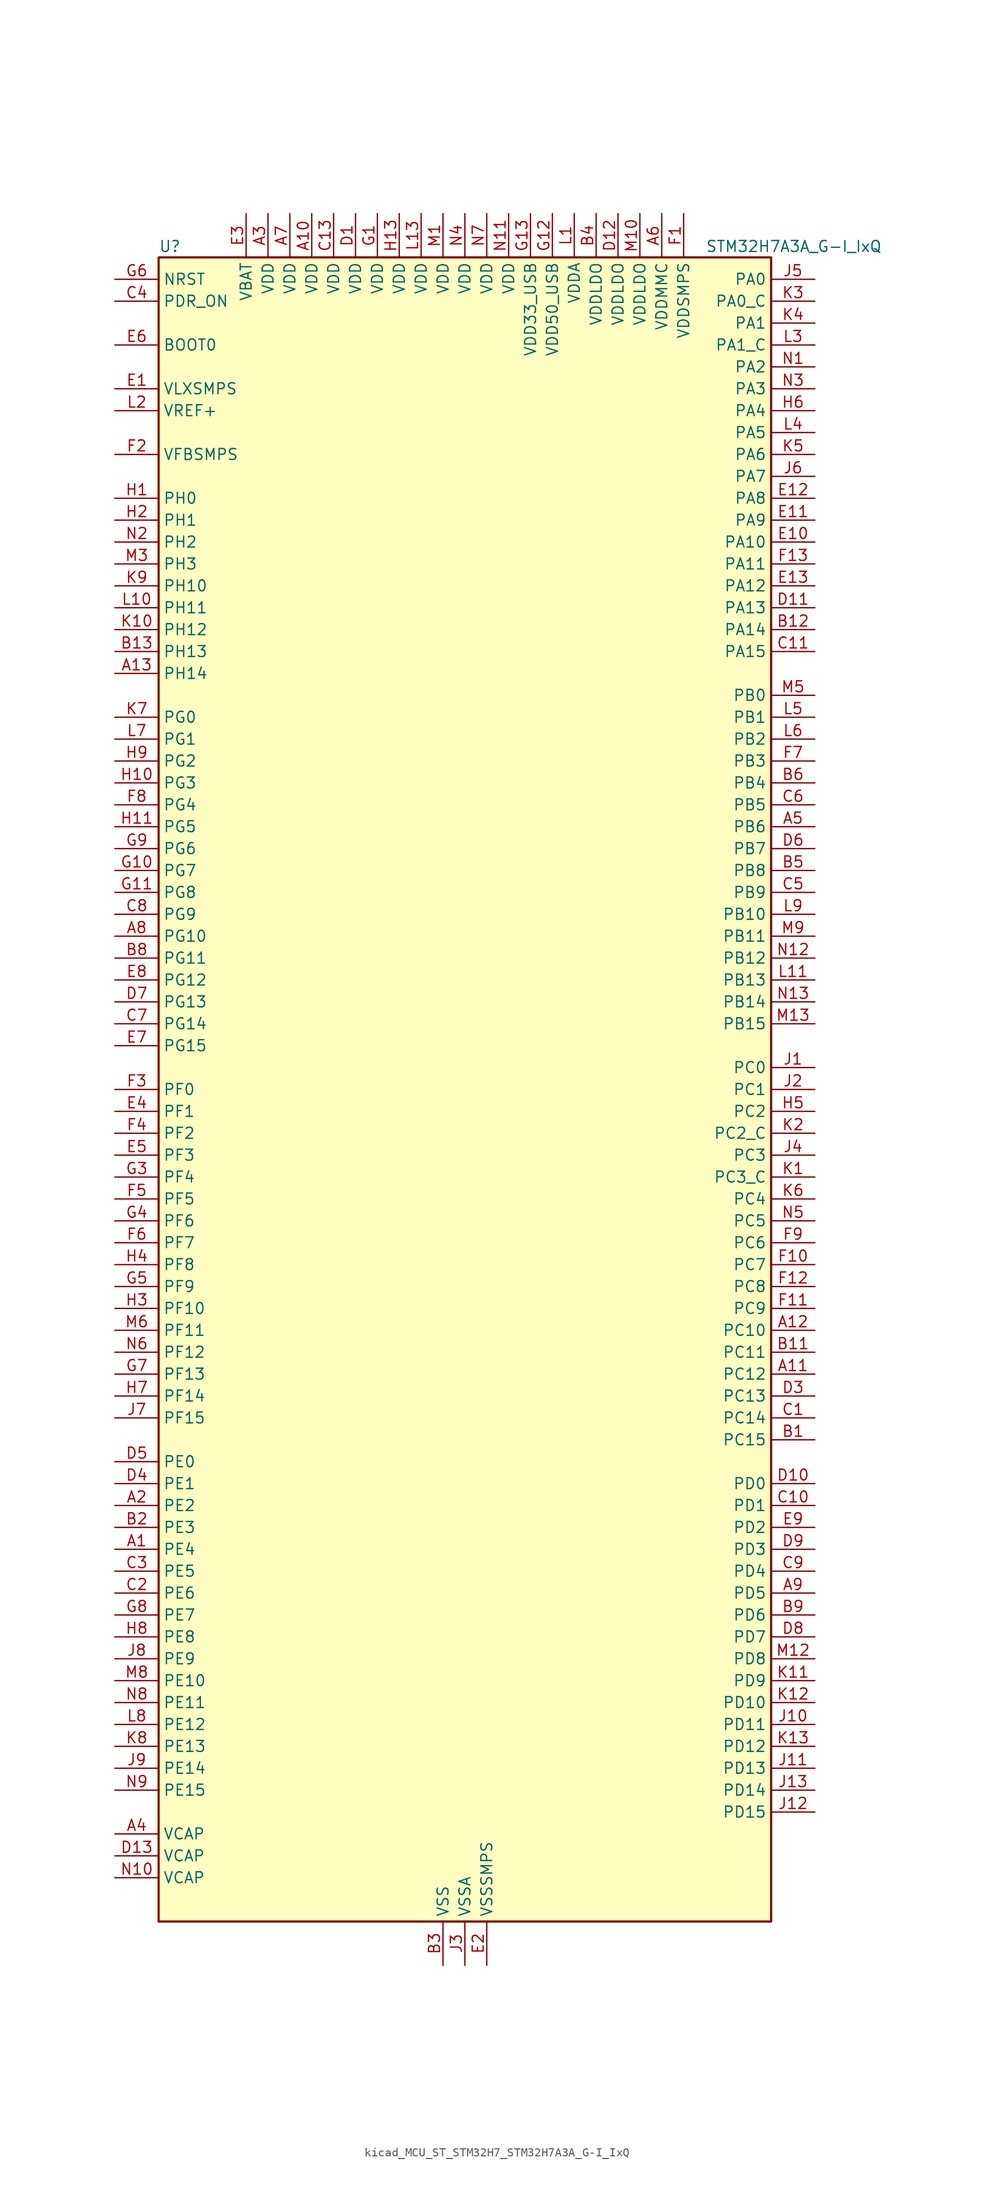
<source format=kicad_sym>
(kicad_symbol_lib
  (version 20220914)
  (generator kicad_symbol_editor)
  (symbol "kicad_MCU_ST_STM32H7_STM32H7A3A_G-I_IxQ"
    (property "Reference" "U"
      (at -35.56 97.79 0)
      (effects (font (size 1.27 1.27)) (justify left)))
    (property "Value" "STM32H7A3A_G-I_IxQ"
      (at 27.94 97.79 0)
      (effects (font (size 1.27 1.27)) (justify left)))
    (property "ki_locked" ""
      (at 0 0 0)
      (effects (font (size 1.27 1.27))))
    (symbol "kicad_MCU_ST_STM32H7_STM32H7A3A_G-I_IxQ_0_1"
      (rectangle (start -35.56 -96.52) (end 35.56 96.52) (stroke (width 0.254) (type default)) (fill (type background))))
    (symbol "kicad_MCU_ST_STM32H7_STM32H7A3A_G-I_IxQ_1_1"
      (pin bidirectional line (at -40.64 -53.34 0) (length 5.08) (name "PE4" (effects (font (size 1.27 1.27)))) (number "A1" (effects (font (size 1.27 1.27)))) (alternate "DCMI_D4" bidirectional line) (alternate "DEBUG_TRACED1" bidirectional line) (alternate "DFSDM1_DATIN3" bidirectional line) (alternate "FMC_A20" bidirectional line) (alternate "LTDC_B0" bidirectional line) (alternate "PSSI_D4" bidirectional line) (alternate "SAI1_D2" bidirectional line) (alternate "SAI1_FS_A" bidirectional line) (alternate "SPI4_NSS" bidirectional line) (alternate "TIM15_CH1N" bidirectional line))
      (pin power_in line (at -17.78 101.6 270) (length 5.08) (name "VDD" (effects (font (size 1.27 1.27)))) (number "A10" (effects (font (size 1.27 1.27)))))
      (pin bidirectional line (at 40.64 -33.02 180) (length 5.08) (name "PC12" (effects (font (size 1.27 1.27)))) (number "A11" (effects (font (size 1.27 1.27)))) (alternate "DCMI_D9" bidirectional line) (alternate "DEBUG_TRACED3" bidirectional line) (alternate "DFSDM2_CKOUT" bidirectional line) (alternate "I2S3_SDO" bidirectional line) (alternate "I2S6_CK" bidirectional line) (alternate "LTDC_R6" bidirectional line) (alternate "PSSI_D9" bidirectional line) (alternate "SDMMC1_CK" bidirectional line) (alternate "SPI3_MOSI" bidirectional line) (alternate "SPI6_SCK" bidirectional line) (alternate "TIM15_CH1" bidirectional line) (alternate "UART5_TX" bidirectional line) (alternate "USART3_CK" bidirectional line))
      (pin bidirectional line (at 40.64 -27.94 180) (length 5.08) (name "PC10" (effects (font (size 1.27 1.27)))) (number "A12" (effects (font (size 1.27 1.27)))) (alternate "DCMI_D8" bidirectional line) (alternate "DFSDM1_CKIN5" bidirectional line) (alternate "DFSDM2_CKIN0" bidirectional line) (alternate "I2S3_CK" bidirectional line) (alternate "LTDC_B1" bidirectional line) (alternate "LTDC_R2" bidirectional line) (alternate "OCTOSPIM_P1_IO1" bidirectional line) (alternate "PSSI_D8" bidirectional line) (alternate "SDMMC1_D2" bidirectional line) (alternate "SPI3_SCK" bidirectional line) (alternate "SWPMI1_RX" bidirectional line) (alternate "UART4_TX" bidirectional line) (alternate "USART3_TX" bidirectional line))
      (pin bidirectional line (at -40.64 48.26 0) (length 5.08) (name "PH14" (effects (font (size 1.27 1.27)))) (number "A13" (effects (font (size 1.27 1.27)))) (alternate "DCMI_D4" bidirectional line) (alternate "FDCAN1_RX" bidirectional line) (alternate "FMC_D22" bidirectional line) (alternate "LTDC_G3" bidirectional line) (alternate "PSSI_D4" bidirectional line) (alternate "TIM8_CH2N" bidirectional line) (alternate "UART4_RX" bidirectional line))
      (pin bidirectional line (at -40.64 -48.26 0) (length 5.08) (name "PE2" (effects (font (size 1.27 1.27)))) (number "A2" (effects (font (size 1.27 1.27)))) (alternate "DEBUG_TRACECLK" bidirectional line) (alternate "FMC_A23" bidirectional line) (alternate "OCTOSPIM_P1_IO2" bidirectional line) (alternate "SAI1_CK1" bidirectional line) (alternate "SAI1_MCLK_A" bidirectional line) (alternate "SPI4_SCK" bidirectional line) (alternate "USART10_RX" bidirectional line))
      (pin power_in line (at -22.86 101.6 270) (length 5.08) (name "VDD" (effects (font (size 1.27 1.27)))) (number "A3" (effects (font (size 1.27 1.27)))))
      (pin power_out line (at -40.64 -86.36 0) (length 5.08) (name "VCAP" (effects (font (size 1.27 1.27)))) (number "A4" (effects (font (size 1.27 1.27)))))
      (pin bidirectional line (at 40.64 30.48 180) (length 5.08) (name "PB6" (effects (font (size 1.27 1.27)))) (number "A5" (effects (font (size 1.27 1.27)))) (alternate "CEC" bidirectional line) (alternate "DCMI_D5" bidirectional line) (alternate "DFSDM1_DATIN5" bidirectional line) (alternate "FDCAN2_TX" bidirectional line) (alternate "FMC_SDNE1" bidirectional line) (alternate "I2C1_SCL" bidirectional line) (alternate "I2C4_SCL" bidirectional line) (alternate "LPUART1_TX" bidirectional line) (alternate "OCTOSPIM_P1_NCS" bidirectional line) (alternate "PSSI_D5" bidirectional line) (alternate "TIM16_CH1N" bidirectional line) (alternate "TIM4_CH1" bidirectional line) (alternate "UART5_TX" bidirectional line) (alternate "USART1_TX" bidirectional line))
      (pin power_in line (at 22.86 101.6 270) (length 5.08) (name "VDDMMC" (effects (font (size 1.27 1.27)))) (number "A6" (effects (font (size 1.27 1.27)))))
      (pin power_in line (at -20.32 101.6 270) (length 5.08) (name "VDD" (effects (font (size 1.27 1.27)))) (number "A7" (effects (font (size 1.27 1.27)))))
      (pin bidirectional line (at -40.64 17.78 0) (length 5.08) (name "PG10" (effects (font (size 1.27 1.27)))) (number "A8" (effects (font (size 1.27 1.27)))) (alternate "DCMI_D2" bidirectional line) (alternate "FMC_NE3" bidirectional line) (alternate "I2S1_WS" bidirectional line) (alternate "LTDC_B2" bidirectional line) (alternate "LTDC_G3" bidirectional line) (alternate "OCTOSPIM_P2_IO6" bidirectional line) (alternate "PSSI_D2" bidirectional line) (alternate "SAI2_SD_B" bidirectional line) (alternate "SDMMC2_D1" bidirectional line) (alternate "SPI1_NSS" bidirectional line))
      (pin bidirectional line (at 40.64 -58.42 180) (length 5.08) (name "PD5" (effects (font (size 1.27 1.27)))) (number "A9" (effects (font (size 1.27 1.27)))) (alternate "FMC_NWE" bidirectional line) (alternate "OCTOSPIM_P1_IO5" bidirectional line) (alternate "USART2_TX" bidirectional line))
      (pin bidirectional line (at 40.64 -40.64 180) (length 5.08) (name "PC15" (effects (font (size 1.27 1.27)))) (number "B1" (effects (font (size 1.27 1.27)))) (alternate "ADC1_EXTI15" bidirectional line) (alternate "ADC2_EXTI15" bidirectional line) (alternate "RCC_OSC32_OUT" bidirectional line))
      (pin passive line (at -2.54 -101.6 90) (length 5.08) hide (name "VSS" (effects (font (size 1.27 1.27)))) (number "B10" (effects (font (size 1.27 1.27)))))
      (pin bidirectional line (at 40.64 -30.48 180) (length 5.08) (name "PC11" (effects (font (size 1.27 1.27)))) (number "B11" (effects (font (size 1.27 1.27)))) (alternate "ADC1_EXTI11" bidirectional line) (alternate "ADC2_EXTI11" bidirectional line) (alternate "DCMI_D4" bidirectional line) (alternate "DFSDM1_DATIN5" bidirectional line) (alternate "DFSDM2_DATIN0" bidirectional line) (alternate "I2S3_SDI" bidirectional line) (alternate "LTDC_B4" bidirectional line) (alternate "OCTOSPIM_P1_NCS" bidirectional line) (alternate "PSSI_D4" bidirectional line) (alternate "SDMMC1_D3" bidirectional line) (alternate "SPI3_MISO" bidirectional line) (alternate "UART4_RX" bidirectional line) (alternate "USART3_RX" bidirectional line))
      (pin bidirectional line (at 40.64 53.34 180) (length 5.08) (name "PA14" (effects (font (size 1.27 1.27)))) (number "B12" (effects (font (size 1.27 1.27)))) (alternate "DEBUG_JTCK-SWCLK" bidirectional line))
      (pin bidirectional line (at -40.64 50.8 0) (length 5.08) (name "PH13" (effects (font (size 1.27 1.27)))) (number "B13" (effects (font (size 1.27 1.27)))) (alternate "FDCAN1_TX" bidirectional line) (alternate "FMC_D21" bidirectional line) (alternate "LTDC_G2" bidirectional line) (alternate "TIM8_CH1N" bidirectional line) (alternate "UART4_TX" bidirectional line))
      (pin bidirectional line (at -40.64 -50.8 0) (length 5.08) (name "PE3" (effects (font (size 1.27 1.27)))) (number "B2" (effects (font (size 1.27 1.27)))) (alternate "DEBUG_TRACED0" bidirectional line) (alternate "FMC_A19" bidirectional line) (alternate "SAI1_SD_B" bidirectional line) (alternate "TIM15_BKIN" bidirectional line) (alternate "USART10_TX" bidirectional line))
      (pin power_in line (at -2.54 -101.6 90) (length 5.08) (name "VSS" (effects (font (size 1.27 1.27)))) (number "B3" (effects (font (size 1.27 1.27)))))
      (pin power_in line (at 15.24 101.6 270) (length 5.08) (name "VDDLDO" (effects (font (size 1.27 1.27)))) (number "B4" (effects (font (size 1.27 1.27)))))
      (pin bidirectional line (at 40.64 25.4 180) (length 5.08) (name "PB8" (effects (font (size 1.27 1.27)))) (number "B5" (effects (font (size 1.27 1.27)))) (alternate "DCMI_D6" bidirectional line) (alternate "DFSDM1_CKIN7" bidirectional line) (alternate "FDCAN1_RX" bidirectional line) (alternate "I2C1_SCL" bidirectional line) (alternate "I2C4_SCL" bidirectional line) (alternate "LTDC_B6" bidirectional line) (alternate "PSSI_D6" bidirectional line) (alternate "SDMMC1_CKIN" bidirectional line) (alternate "SDMMC1_D4" bidirectional line) (alternate "SDMMC2_D4" bidirectional line) (alternate "TIM16_CH1" bidirectional line) (alternate "TIM4_CH3" bidirectional line) (alternate "UART4_RX" bidirectional line))
      (pin bidirectional line (at 40.64 35.56 180) (length 5.08) (name "PB4" (effects (font (size 1.27 1.27)))) (number "B6" (effects (font (size 1.27 1.27)))) (alternate "DEBUG_JTRST" bidirectional line) (alternate "I2S1_SDI" bidirectional line) (alternate "I2S2_WS" bidirectional line) (alternate "I2S3_SDI" bidirectional line) (alternate "I2S6_SDI" bidirectional line) (alternate "SDMMC2_D3" bidirectional line) (alternate "SPI1_MISO" bidirectional line) (alternate "SPI2_NSS" bidirectional line) (alternate "SPI3_MISO" bidirectional line) (alternate "SPI6_MISO" bidirectional line) (alternate "TIM16_BKIN" bidirectional line) (alternate "TIM3_CH1" bidirectional line) (alternate "UART7_TX" bidirectional line))
      (pin passive line (at -2.54 -101.6 90) (length 5.08) hide (name "VSS" (effects (font (size 1.27 1.27)))) (number "B7" (effects (font (size 1.27 1.27)))))
      (pin bidirectional line (at -40.64 15.24 0) (length 5.08) (name "PG11" (effects (font (size 1.27 1.27)))) (number "B8" (effects (font (size 1.27 1.27)))) (alternate "ADC1_EXTI11" bidirectional line) (alternate "ADC2_EXTI11" bidirectional line) (alternate "DCMI_D3" bidirectional line) (alternate "I2S1_CK" bidirectional line) (alternate "LPTIM1_IN2" bidirectional line) (alternate "LTDC_B3" bidirectional line) (alternate "OCTOSPIM_P2_IO7" bidirectional line) (alternate "PSSI_D3" bidirectional line) (alternate "SDMMC2_D2" bidirectional line) (alternate "SPDIFRX_IN0" bidirectional line) (alternate "SPI1_SCK" bidirectional line) (alternate "USART10_RX" bidirectional line))
      (pin bidirectional line (at 40.64 -60.96 180) (length 5.08) (name "PD6" (effects (font (size 1.27 1.27)))) (number "B9" (effects (font (size 1.27 1.27)))) (alternate "DCMI_D10" bidirectional line) (alternate "DFSDM1_CKIN4" bidirectional line) (alternate "DFSDM1_DATIN1" bidirectional line) (alternate "FMC_NWAIT" bidirectional line) (alternate "I2S3_SDO" bidirectional line) (alternate "LTDC_B2" bidirectional line) (alternate "OCTOSPIM_P1_IO6" bidirectional line) (alternate "PSSI_D10" bidirectional line) (alternate "SAI1_D1" bidirectional line) (alternate "SAI1_SD_A" bidirectional line) (alternate "SDMMC2_CK" bidirectional line) (alternate "SPI3_MOSI" bidirectional line) (alternate "USART2_RX" bidirectional line))
      (pin bidirectional line (at 40.64 -38.1 180) (length 5.08) (name "PC14" (effects (font (size 1.27 1.27)))) (number "C1" (effects (font (size 1.27 1.27)))) (alternate "RCC_OSC32_IN" bidirectional line))
      (pin bidirectional line (at 40.64 -48.26 180) (length 5.08) (name "PD1" (effects (font (size 1.27 1.27)))) (number "C10" (effects (font (size 1.27 1.27)))) (alternate "DFSDM1_DATIN6" bidirectional line) (alternate "FDCAN1_TX" bidirectional line) (alternate "FMC_D3" bidirectional line) (alternate "FMC_DA3" bidirectional line) (alternate "UART4_TX" bidirectional line))
      (pin bidirectional line (at 40.64 50.8 180) (length 5.08) (name "PA15" (effects (font (size 1.27 1.27)))) (number "C11" (effects (font (size 1.27 1.27)))) (alternate "ADC1_EXTI15" bidirectional line) (alternate "ADC2_EXTI15" bidirectional line) (alternate "CEC" bidirectional line) (alternate "DEBUG_JTDI" bidirectional line) (alternate "I2S1_WS" bidirectional line) (alternate "I2S3_WS" bidirectional line) (alternate "I2S6_WS" bidirectional line) (alternate "LTDC_B6" bidirectional line) (alternate "LTDC_R3" bidirectional line) (alternate "SPI1_NSS" bidirectional line) (alternate "SPI3_NSS" bidirectional line) (alternate "SPI6_NSS" bidirectional line) (alternate "TIM2_CH1" bidirectional line) (alternate "TIM2_ETR" bidirectional line) (alternate "UART4_DE" bidirectional line) (alternate "UART4_RTS" bidirectional line) (alternate "UART7_TX" bidirectional line))
      (pin passive line (at -2.54 -101.6 90) (length 5.08) hide (name "VSS" (effects (font (size 1.27 1.27)))) (number "C12" (effects (font (size 1.27 1.27)))))
      (pin power_in line (at -15.24 101.6 270) (length 5.08) (name "VDD" (effects (font (size 1.27 1.27)))) (number "C13" (effects (font (size 1.27 1.27)))))
      (pin bidirectional line (at -40.64 -58.42 0) (length 5.08) (name "PE6" (effects (font (size 1.27 1.27)))) (number "C2" (effects (font (size 1.27 1.27)))) (alternate "DCMI_D7" bidirectional line) (alternate "DEBUG_TRACED3" bidirectional line) (alternate "FMC_A22" bidirectional line) (alternate "LTDC_G1" bidirectional line) (alternate "PSSI_D7" bidirectional line) (alternate "SAI1_D1" bidirectional line) (alternate "SAI1_SD_A" bidirectional line) (alternate "SAI2_MCLK_B" bidirectional line) (alternate "SPI4_MOSI" bidirectional line) (alternate "TIM15_CH2" bidirectional line) (alternate "TIM1_BKIN2" bidirectional line) (alternate "TIM1_BKIN2_COMP1" bidirectional line) (alternate "TIM1_BKIN2_COMP2" bidirectional line))
      (pin bidirectional line (at -40.64 -55.88 0) (length 5.08) (name "PE5" (effects (font (size 1.27 1.27)))) (number "C3" (effects (font (size 1.27 1.27)))) (alternate "DCMI_D6" bidirectional line) (alternate "DEBUG_TRACED2" bidirectional line) (alternate "DFSDM1_CKIN3" bidirectional line) (alternate "FMC_A21" bidirectional line) (alternate "LTDC_G0" bidirectional line) (alternate "PSSI_D6" bidirectional line) (alternate "SAI1_CK2" bidirectional line) (alternate "SAI1_SCK_A" bidirectional line) (alternate "SPI4_MISO" bidirectional line) (alternate "TIM15_CH1" bidirectional line))
      (pin input line (at -40.64 91.44 0) (length 5.08) (name "PDR_ON" (effects (font (size 1.27 1.27)))) (number "C4" (effects (font (size 1.27 1.27)))))
      (pin bidirectional line (at 40.64 22.86 180) (length 5.08) (name "PB9" (effects (font (size 1.27 1.27)))) (number "C5" (effects (font (size 1.27 1.27)))) (alternate "DAC1_EXTI9" bidirectional line) (alternate "DCMI_D7" bidirectional line) (alternate "DFSDM1_DATIN7" bidirectional line) (alternate "FDCAN1_TX" bidirectional line) (alternate "I2C1_SDA" bidirectional line) (alternate "I2C4_SDA" bidirectional line) (alternate "I2C4_SMBA" bidirectional line) (alternate "I2S2_WS" bidirectional line) (alternate "LTDC_B7" bidirectional line) (alternate "PSSI_D7" bidirectional line) (alternate "SDMMC1_CDIR" bidirectional line) (alternate "SDMMC1_D5" bidirectional line) (alternate "SDMMC2_D5" bidirectional line) (alternate "SPI2_NSS" bidirectional line) (alternate "TIM17_CH1" bidirectional line) (alternate "TIM4_CH4" bidirectional line) (alternate "UART4_TX" bidirectional line))
      (pin bidirectional line (at 40.64 33.02 180) (length 5.08) (name "PB5" (effects (font (size 1.27 1.27)))) (number "C6" (effects (font (size 1.27 1.27)))) (alternate "DCMI_D10" bidirectional line) (alternate "FDCAN2_RX" bidirectional line) (alternate "FMC_SDCKE1" bidirectional line) (alternate "I2C1_SMBA" bidirectional line) (alternate "I2C4_SMBA" bidirectional line) (alternate "I2S1_SDO" bidirectional line) (alternate "I2S3_SDO" bidirectional line) (alternate "I2S6_SDO" bidirectional line) (alternate "LTDC_B5" bidirectional line) (alternate "PSSI_D10" bidirectional line) (alternate "SPI1_MOSI" bidirectional line) (alternate "SPI3_MOSI" bidirectional line) (alternate "SPI6_MOSI" bidirectional line) (alternate "TIM17_BKIN" bidirectional line) (alternate "TIM3_CH2" bidirectional line) (alternate "UART5_RX" bidirectional line) (alternate "USB_OTG_HS_ULPI_D7" bidirectional line))
      (pin bidirectional line (at -40.64 7.62 0) (length 5.08) (name "PG14" (effects (font (size 1.27 1.27)))) (number "C7" (effects (font (size 1.27 1.27)))) (alternate "DEBUG_TRACED1" bidirectional line) (alternate "FMC_A25" bidirectional line) (alternate "I2S6_SDO" bidirectional line) (alternate "LPTIM1_ETR" bidirectional line) (alternate "LTDC_B0" bidirectional line) (alternate "OCTOSPIM_P1_IO7" bidirectional line) (alternate "SDMMC2_D7" bidirectional line) (alternate "SPI6_MOSI" bidirectional line) (alternate "USART10_DE" bidirectional line) (alternate "USART10_RTS" bidirectional line) (alternate "USART6_TX" bidirectional line))
      (pin bidirectional line (at -40.64 20.32 0) (length 5.08) (name "PG9" (effects (font (size 1.27 1.27)))) (number "C8" (effects (font (size 1.27 1.27)))) (alternate "DAC1_EXTI9" bidirectional line) (alternate "DCMI_VSYNC" bidirectional line) (alternate "FMC_NCE" bidirectional line) (alternate "FMC_NE2" bidirectional line) (alternate "I2S1_SDI" bidirectional line) (alternate "OCTOSPIM_P1_IO6" bidirectional line) (alternate "PSSI_RDY" bidirectional line) (alternate "SAI2_FS_B" bidirectional line) (alternate "SDMMC2_D0" bidirectional line) (alternate "SPDIFRX_IN3" bidirectional line) (alternate "SPI1_MISO" bidirectional line) (alternate "USART6_RX" bidirectional line))
      (pin bidirectional line (at 40.64 -55.88 180) (length 5.08) (name "PD4" (effects (font (size 1.27 1.27)))) (number "C9" (effects (font (size 1.27 1.27)))) (alternate "FMC_NOE" bidirectional line) (alternate "OCTOSPIM_P1_IO4" bidirectional line) (alternate "USART2_DE" bidirectional line) (alternate "USART2_RTS" bidirectional line))
      (pin power_in line (at -12.7 101.6 270) (length 5.08) (name "VDD" (effects (font (size 1.27 1.27)))) (number "D1" (effects (font (size 1.27 1.27)))))
      (pin bidirectional line (at 40.64 -45.72 180) (length 5.08) (name "PD0" (effects (font (size 1.27 1.27)))) (number "D10" (effects (font (size 1.27 1.27)))) (alternate "DFSDM1_CKIN6" bidirectional line) (alternate "FDCAN1_RX" bidirectional line) (alternate "FMC_D2" bidirectional line) (alternate "FMC_DA2" bidirectional line) (alternate "LTDC_B1" bidirectional line) (alternate "UART4_RX" bidirectional line) (alternate "UART9_CTS" bidirectional line))
      (pin bidirectional line (at 40.64 55.88 180) (length 5.08) (name "PA13" (effects (font (size 1.27 1.27)))) (number "D11" (effects (font (size 1.27 1.27)))) (alternate "DEBUG_JTMS-SWDIO" bidirectional line))
      (pin power_in line (at 17.78 101.6 270) (length 5.08) (name "VDDLDO" (effects (font (size 1.27 1.27)))) (number "D12" (effects (font (size 1.27 1.27)))))
      (pin power_out line (at -40.64 -88.9 0) (length 5.08) (name "VCAP" (effects (font (size 1.27 1.27)))) (number "D13" (effects (font (size 1.27 1.27)))))
      (pin passive line (at -2.54 -101.6 90) (length 5.08) hide (name "VSS" (effects (font (size 1.27 1.27)))) (number "D2" (effects (font (size 1.27 1.27)))))
      (pin bidirectional line (at 40.64 -35.56 180) (length 5.08) (name "PC13" (effects (font (size 1.27 1.27)))) (number "D3" (effects (font (size 1.27 1.27)))) (alternate "PWR_WKUP4" bidirectional line) (alternate "RTC_OUT_ALARM" bidirectional line) (alternate "RTC_OUT_CALIB" bidirectional line) (alternate "RTC_TAMP1" bidirectional line) (alternate "RTC_TS" bidirectional line))
      (pin bidirectional line (at -40.64 -45.72 0) (length 5.08) (name "PE1" (effects (font (size 1.27 1.27)))) (number "D4" (effects (font (size 1.27 1.27)))) (alternate "DCMI_D3" bidirectional line) (alternate "FMC_NBL1" bidirectional line) (alternate "LPTIM1_IN2" bidirectional line) (alternate "LTDC_R6" bidirectional line) (alternate "PSSI_D3" bidirectional line) (alternate "UART8_TX" bidirectional line))
      (pin bidirectional line (at -40.64 -43.18 0) (length 5.08) (name "PE0" (effects (font (size 1.27 1.27)))) (number "D5" (effects (font (size 1.27 1.27)))) (alternate "DCMI_D2" bidirectional line) (alternate "FMC_NBL0" bidirectional line) (alternate "LPTIM1_ETR" bidirectional line) (alternate "LPTIM2_ETR" bidirectional line) (alternate "LTDC_R0" bidirectional line) (alternate "PSSI_D2" bidirectional line) (alternate "SAI2_MCLK_A" bidirectional line) (alternate "TIM4_ETR" bidirectional line) (alternate "UART8_RX" bidirectional line))
      (pin bidirectional line (at 40.64 27.94 180) (length 5.08) (name "PB7" (effects (font (size 1.27 1.27)))) (number "D6" (effects (font (size 1.27 1.27)))) (alternate "DCMI_VSYNC" bidirectional line) (alternate "DFSDM1_CKIN5" bidirectional line) (alternate "FMC_NL" bidirectional line) (alternate "I2C1_SDA" bidirectional line) (alternate "I2C4_SDA" bidirectional line) (alternate "LPUART1_RX" bidirectional line) (alternate "PSSI_RDY" bidirectional line) (alternate "PWR_PVD_IN" bidirectional line) (alternate "TIM17_CH1N" bidirectional line) (alternate "TIM4_CH2" bidirectional line) (alternate "USART1_RX" bidirectional line))
      (pin bidirectional line (at -40.64 10.16 0) (length 5.08) (name "PG13" (effects (font (size 1.27 1.27)))) (number "D7" (effects (font (size 1.27 1.27)))) (alternate "DEBUG_TRACED0" bidirectional line) (alternate "FMC_A24" bidirectional line) (alternate "I2S6_CK" bidirectional line) (alternate "LPTIM1_OUT" bidirectional line) (alternate "LTDC_R0" bidirectional line) (alternate "SDMMC2_D6" bidirectional line) (alternate "SPI6_SCK" bidirectional line) (alternate "USART10_CTS" bidirectional line) (alternate "USART10_NSS" bidirectional line) (alternate "USART6_CTS" bidirectional line) (alternate "USART6_NSS" bidirectional line))
      (pin bidirectional line (at 40.64 -63.5 180) (length 5.08) (name "PD7" (effects (font (size 1.27 1.27)))) (number "D8" (effects (font (size 1.27 1.27)))) (alternate "DFSDM1_CKIN1" bidirectional line) (alternate "DFSDM1_DATIN4" bidirectional line) (alternate "FMC_NE1" bidirectional line) (alternate "I2S1_SDO" bidirectional line) (alternate "OCTOSPIM_P1_IO7" bidirectional line) (alternate "SDMMC2_CMD" bidirectional line) (alternate "SPDIFRX_IN0" bidirectional line) (alternate "SPI1_MOSI" bidirectional line) (alternate "USART2_CK" bidirectional line))
      (pin bidirectional line (at 40.64 -53.34 180) (length 5.08) (name "PD3" (effects (font (size 1.27 1.27)))) (number "D9" (effects (font (size 1.27 1.27)))) (alternate "DCMI_D5" bidirectional line) (alternate "DFSDM1_CKOUT" bidirectional line) (alternate "FMC_CLK" bidirectional line) (alternate "I2S2_CK" bidirectional line) (alternate "LTDC_G7" bidirectional line) (alternate "PSSI_D5" bidirectional line) (alternate "SPI2_SCK" bidirectional line) (alternate "USART2_CTS" bidirectional line) (alternate "USART2_NSS" bidirectional line))
      (pin power_in line (at -40.64 81.28 0) (length 5.08) (name "VLXSMPS" (effects (font (size 1.27 1.27)))) (number "E1" (effects (font (size 1.27 1.27)))))
      (pin bidirectional line (at 40.64 63.5 180) (length 5.08) (name "PA10" (effects (font (size 1.27 1.27)))) (number "E10" (effects (font (size 1.27 1.27)))) (alternate "DCMI_D1" bidirectional line) (alternate "LPUART1_RX" bidirectional line) (alternate "LTDC_B1" bidirectional line) (alternate "LTDC_B4" bidirectional line) (alternate "MDIOS_MDIO" bidirectional line) (alternate "PSSI_D1" bidirectional line) (alternate "TIM1_CH3" bidirectional line) (alternate "USART1_RX" bidirectional line) (alternate "USB_OTG_HS_ID" bidirectional line))
      (pin bidirectional line (at 40.64 66.04 180) (length 5.08) (name "PA9" (effects (font (size 1.27 1.27)))) (number "E11" (effects (font (size 1.27 1.27)))) (alternate "DAC1_EXTI9" bidirectional line) (alternate "DCMI_D0" bidirectional line) (alternate "I2C3_SMBA" bidirectional line) (alternate "I2S2_CK" bidirectional line) (alternate "LPUART1_TX" bidirectional line) (alternate "LTDC_R5" bidirectional line) (alternate "PSSI_D0" bidirectional line) (alternate "SPI2_SCK" bidirectional line) (alternate "TIM1_CH2" bidirectional line) (alternate "USART1_TX" bidirectional line) (alternate "USB_OTG_HS_VBUS" bidirectional line))
      (pin bidirectional line (at 40.64 68.58 180) (length 5.08) (name "PA8" (effects (font (size 1.27 1.27)))) (number "E12" (effects (font (size 1.27 1.27)))) (alternate "I2C3_SCL" bidirectional line) (alternate "LTDC_B3" bidirectional line) (alternate "LTDC_R6" bidirectional line) (alternate "RCC_MCO_1" bidirectional line) (alternate "TIM1_CH1" bidirectional line) (alternate "TIM8_BKIN2" bidirectional line) (alternate "TIM8_BKIN2_COMP1" bidirectional line) (alternate "TIM8_BKIN2_COMP2" bidirectional line) (alternate "UART7_RX" bidirectional line) (alternate "USART1_CK" bidirectional line) (alternate "USB_OTG_HS_SOF" bidirectional line))
      (pin bidirectional line (at 40.64 58.42 180) (length 5.08) (name "PA12" (effects (font (size 1.27 1.27)))) (number "E13" (effects (font (size 1.27 1.27)))) (alternate "FDCAN1_TX" bidirectional line) (alternate "I2S2_CK" bidirectional line) (alternate "LPUART1_DE" bidirectional line) (alternate "LPUART1_RTS" bidirectional line) (alternate "LTDC_R5" bidirectional line) (alternate "SAI2_FS_B" bidirectional line) (alternate "SPI2_SCK" bidirectional line) (alternate "TIM1_ETR" bidirectional line) (alternate "UART4_TX" bidirectional line) (alternate "USART1_DE" bidirectional line) (alternate "USART1_RTS" bidirectional line) (alternate "USB_OTG_HS_DP" bidirectional line))
      (pin power_in line (at 2.54 -101.6 90) (length 5.08) (name "VSSSMPS" (effects (font (size 1.27 1.27)))) (number "E2" (effects (font (size 1.27 1.27)))))
      (pin power_in line (at -25.4 101.6 270) (length 5.08) (name "VBAT" (effects (font (size 1.27 1.27)))) (number "E3" (effects (font (size 1.27 1.27)))))
      (pin bidirectional line (at -40.64 -2.54 0) (length 5.08) (name "PF1" (effects (font (size 1.27 1.27)))) (number "E4" (effects (font (size 1.27 1.27)))) (alternate "FMC_A1" bidirectional line) (alternate "I2C2_SCL" bidirectional line) (alternate "OCTOSPIM_P2_IO1" bidirectional line))
      (pin bidirectional line (at -40.64 -7.62 0) (length 5.08) (name "PF3" (effects (font (size 1.27 1.27)))) (number "E5" (effects (font (size 1.27 1.27)))) (alternate "FMC_A3" bidirectional line) (alternate "OCTOSPIM_P2_IO3" bidirectional line))
      (pin input line (at -40.64 86.36 0) (length 5.08) (name "BOOT0" (effects (font (size 1.27 1.27)))) (number "E6" (effects (font (size 1.27 1.27)))))
      (pin bidirectional line (at -40.64 5.08 0) (length 5.08) (name "PG15" (effects (font (size 1.27 1.27)))) (number "E7" (effects (font (size 1.27 1.27)))) (alternate "ADC1_EXTI15" bidirectional line) (alternate "ADC2_EXTI15" bidirectional line) (alternate "DCMI_D13" bidirectional line) (alternate "FMC_SDNCAS" bidirectional line) (alternate "OCTOSPIM_P2_DQS" bidirectional line) (alternate "PSSI_D13" bidirectional line) (alternate "USART10_CK" bidirectional line) (alternate "USART6_CTS" bidirectional line) (alternate "USART6_NSS" bidirectional line))
      (pin bidirectional line (at -40.64 12.7 0) (length 5.08) (name "PG12" (effects (font (size 1.27 1.27)))) (number "E8" (effects (font (size 1.27 1.27)))) (alternate "FMC_NE4" bidirectional line) (alternate "I2S6_SDI" bidirectional line) (alternate "LPTIM1_IN1" bidirectional line) (alternate "LTDC_B1" bidirectional line) (alternate "LTDC_B4" bidirectional line) (alternate "OCTOSPIM_P2_NCS" bidirectional line) (alternate "SDMMC2_D3" bidirectional line) (alternate "SPDIFRX_IN1" bidirectional line) (alternate "SPI6_MISO" bidirectional line) (alternate "USART10_TX" bidirectional line) (alternate "USART6_DE" bidirectional line) (alternate "USART6_RTS" bidirectional line))
      (pin bidirectional line (at 40.64 -50.8 180) (length 5.08) (name "PD2" (effects (font (size 1.27 1.27)))) (number "E9" (effects (font (size 1.27 1.27)))) (alternate "DCMI_D11" bidirectional line) (alternate "DEBUG_TRACED2" bidirectional line) (alternate "LTDC_B2" bidirectional line) (alternate "LTDC_B7" bidirectional line) (alternate "PSSI_D11" bidirectional line) (alternate "SDMMC1_CMD" bidirectional line) (alternate "TIM15_BKIN" bidirectional line) (alternate "TIM3_ETR" bidirectional line) (alternate "UART5_RX" bidirectional line))
      (pin power_in line (at 25.4 101.6 270) (length 5.08) (name "VDDSMPS" (effects (font (size 1.27 1.27)))) (number "F1" (effects (font (size 1.27 1.27)))))
      (pin bidirectional line (at 40.64 -20.32 180) (length 5.08) (name "PC7" (effects (font (size 1.27 1.27)))) (number "F10" (effects (font (size 1.27 1.27)))) (alternate "DCMI_D1" bidirectional line) (alternate "DEBUG_TRGIO" bidirectional line) (alternate "DFSDM1_DATIN3" bidirectional line) (alternate "FMC_NE1" bidirectional line) (alternate "I2S3_MCK" bidirectional line) (alternate "LTDC_G6" bidirectional line) (alternate "PSSI_D1" bidirectional line) (alternate "SDMMC1_D123DIR" bidirectional line) (alternate "SDMMC1_D7" bidirectional line) (alternate "SDMMC2_D7" bidirectional line) (alternate "SWPMI1_TX" bidirectional line) (alternate "TIM3_CH2" bidirectional line) (alternate "TIM8_CH2" bidirectional line) (alternate "USART6_RX" bidirectional line))
      (pin bidirectional line (at 40.64 -25.4 180) (length 5.08) (name "PC9" (effects (font (size 1.27 1.27)))) (number "F11" (effects (font (size 1.27 1.27)))) (alternate "DAC1_EXTI9" bidirectional line) (alternate "DCMI_D3" bidirectional line) (alternate "I2C3_SDA" bidirectional line) (alternate "I2S_CKIN" bidirectional line) (alternate "LTDC_B2" bidirectional line) (alternate "LTDC_G3" bidirectional line) (alternate "OCTOSPIM_P1_IO0" bidirectional line) (alternate "PSSI_D3" bidirectional line) (alternate "RCC_MCO_2" bidirectional line) (alternate "SDMMC1_D1" bidirectional line) (alternate "SWPMI1_SUSPEND" bidirectional line) (alternate "TIM3_CH4" bidirectional line) (alternate "TIM8_CH4" bidirectional line) (alternate "UART5_CTS" bidirectional line))
      (pin bidirectional line (at 40.64 -22.86 180) (length 5.08) (name "PC8" (effects (font (size 1.27 1.27)))) (number "F12" (effects (font (size 1.27 1.27)))) (alternate "DCMI_D2" bidirectional line) (alternate "DEBUG_TRACED1" bidirectional line) (alternate "FMC_INT" bidirectional line) (alternate "FMC_NCE" bidirectional line) (alternate "FMC_NE2" bidirectional line) (alternate "PSSI_D2" bidirectional line) (alternate "SDMMC1_D0" bidirectional line) (alternate "SWPMI1_RX" bidirectional line) (alternate "TIM3_CH3" bidirectional line) (alternate "TIM8_CH3" bidirectional line) (alternate "UART5_DE" bidirectional line) (alternate "UART5_RTS" bidirectional line) (alternate "USART6_CK" bidirectional line))
      (pin bidirectional line (at 40.64 60.96 180) (length 5.08) (name "PA11" (effects (font (size 1.27 1.27)))) (number "F13" (effects (font (size 1.27 1.27)))) (alternate "ADC1_EXTI11" bidirectional line) (alternate "ADC2_EXTI11" bidirectional line) (alternate "FDCAN1_RX" bidirectional line) (alternate "I2S2_WS" bidirectional line) (alternate "LPUART1_CTS" bidirectional line) (alternate "LTDC_R4" bidirectional line) (alternate "SPI2_NSS" bidirectional line) (alternate "TIM1_CH4" bidirectional line) (alternate "UART4_RX" bidirectional line) (alternate "USART1_CTS" bidirectional line) (alternate "USART1_NSS" bidirectional line) (alternate "USB_OTG_HS_DM" bidirectional line))
      (pin input line (at -40.64 73.66 0) (length 5.08) (name "VFBSMPS" (effects (font (size 1.27 1.27)))) (number "F2" (effects (font (size 1.27 1.27)))))
      (pin bidirectional line (at -40.64 0 0) (length 5.08) (name "PF0" (effects (font (size 1.27 1.27)))) (number "F3" (effects (font (size 1.27 1.27)))) (alternate "FMC_A0" bidirectional line) (alternate "I2C2_SDA" bidirectional line) (alternate "OCTOSPIM_P2_IO0" bidirectional line))
      (pin bidirectional line (at -40.64 -5.08 0) (length 5.08) (name "PF2" (effects (font (size 1.27 1.27)))) (number "F4" (effects (font (size 1.27 1.27)))) (alternate "FMC_A2" bidirectional line) (alternate "I2C2_SMBA" bidirectional line) (alternate "OCTOSPIM_P2_IO2" bidirectional line))
      (pin bidirectional line (at -40.64 -12.7 0) (length 5.08) (name "PF5" (effects (font (size 1.27 1.27)))) (number "F5" (effects (font (size 1.27 1.27)))) (alternate "FMC_A5" bidirectional line) (alternate "OCTOSPIM_P2_NCLK" bidirectional line))
      (pin bidirectional line (at -40.64 -17.78 0) (length 5.08) (name "PF7" (effects (font (size 1.27 1.27)))) (number "F6" (effects (font (size 1.27 1.27)))) (alternate "OCTOSPIM_P1_IO2" bidirectional line) (alternate "SAI1_MCLK_B" bidirectional line) (alternate "SPI5_SCK" bidirectional line) (alternate "TIM17_CH1" bidirectional line) (alternate "UART7_TX" bidirectional line))
      (pin bidirectional line (at 40.64 38.1 180) (length 5.08) (name "PB3" (effects (font (size 1.27 1.27)))) (number "F7" (effects (font (size 1.27 1.27)))) (alternate "CRS_SYNC" bidirectional line) (alternate "DEBUG_JTDO-SWO" bidirectional line) (alternate "I2S1_CK" bidirectional line) (alternate "I2S3_CK" bidirectional line) (alternate "I2S6_CK" bidirectional line) (alternate "SDMMC2_D2" bidirectional line) (alternate "SPI1_SCK" bidirectional line) (alternate "SPI3_SCK" bidirectional line) (alternate "SPI6_SCK" bidirectional line) (alternate "TIM2_CH2" bidirectional line) (alternate "UART7_RX" bidirectional line))
      (pin bidirectional line (at -40.64 33.02 0) (length 5.08) (name "PG4" (effects (font (size 1.27 1.27)))) (number "F8" (effects (font (size 1.27 1.27)))) (alternate "FMC_A14" bidirectional line) (alternate "FMC_BA0" bidirectional line) (alternate "TIM1_BKIN2" bidirectional line) (alternate "TIM1_BKIN2_COMP1" bidirectional line) (alternate "TIM1_BKIN2_COMP2" bidirectional line))
      (pin bidirectional line (at 40.64 -17.78 180) (length 5.08) (name "PC6" (effects (font (size 1.27 1.27)))) (number "F9" (effects (font (size 1.27 1.27)))) (alternate "DCMI_D0" bidirectional line) (alternate "DFSDM1_CKIN3" bidirectional line) (alternate "FMC_NWAIT" bidirectional line) (alternate "I2S2_MCK" bidirectional line) (alternate "LTDC_HSYNC" bidirectional line) (alternate "PSSI_D0" bidirectional line) (alternate "SDMMC1_D0DIR" bidirectional line) (alternate "SDMMC1_D6" bidirectional line) (alternate "SDMMC2_D6" bidirectional line) (alternate "SWPMI1_IO" bidirectional line) (alternate "TIM3_CH1" bidirectional line) (alternate "TIM8_CH1" bidirectional line) (alternate "USART6_TX" bidirectional line))
      (pin power_in line (at -10.16 101.6 270) (length 5.08) (name "VDD" (effects (font (size 1.27 1.27)))) (number "G1" (effects (font (size 1.27 1.27)))))
      (pin bidirectional line (at -40.64 25.4 0) (length 5.08) (name "PG7" (effects (font (size 1.27 1.27)))) (number "G10" (effects (font (size 1.27 1.27)))) (alternate "DCMI_D13" bidirectional line) (alternate "FMC_INT" bidirectional line) (alternate "LTDC_CLK" bidirectional line) (alternate "OCTOSPIM_P2_DQS" bidirectional line) (alternate "PSSI_D13" bidirectional line) (alternate "SAI1_MCLK_A" bidirectional line) (alternate "USART6_CK" bidirectional line))
      (pin bidirectional line (at -40.64 22.86 0) (length 5.08) (name "PG8" (effects (font (size 1.27 1.27)))) (number "G11" (effects (font (size 1.27 1.27)))) (alternate "FMC_SDCLK" bidirectional line) (alternate "I2S6_WS" bidirectional line) (alternate "LTDC_G7" bidirectional line) (alternate "SPDIFRX_IN2" bidirectional line) (alternate "SPI6_NSS" bidirectional line) (alternate "TIM8_ETR" bidirectional line) (alternate "USART6_DE" bidirectional line) (alternate "USART6_RTS" bidirectional line))
      (pin power_in line (at 10.16 101.6 270) (length 5.08) (name "VDD50_USB" (effects (font (size 1.27 1.27)))) (number "G12" (effects (font (size 1.27 1.27)))))
      (pin power_in line (at 7.62 101.6 270) (length 5.08) (name "VDD33_USB" (effects (font (size 1.27 1.27)))) (number "G13" (effects (font (size 1.27 1.27)))))
      (pin passive line (at -2.54 -101.6 90) (length 5.08) hide (name "VSS" (effects (font (size 1.27 1.27)))) (number "G2" (effects (font (size 1.27 1.27)))))
      (pin bidirectional line (at -40.64 -10.16 0) (length 5.08) (name "PF4" (effects (font (size 1.27 1.27)))) (number "G3" (effects (font (size 1.27 1.27)))) (alternate "FMC_A4" bidirectional line) (alternate "OCTOSPIM_P2_CLK" bidirectional line))
      (pin bidirectional line (at -40.64 -15.24 0) (length 5.08) (name "PF6" (effects (font (size 1.27 1.27)))) (number "G4" (effects (font (size 1.27 1.27)))) (alternate "OCTOSPIM_P1_IO3" bidirectional line) (alternate "SAI1_SD_B" bidirectional line) (alternate "SPI5_NSS" bidirectional line) (alternate "TIM16_CH1" bidirectional line) (alternate "UART7_RX" bidirectional line))
      (pin bidirectional line (at -40.64 -22.86 0) (length 5.08) (name "PF9" (effects (font (size 1.27 1.27)))) (number "G5" (effects (font (size 1.27 1.27)))) (alternate "DAC1_EXTI9" bidirectional line) (alternate "OCTOSPIM_P1_IO1" bidirectional line) (alternate "SAI1_FS_B" bidirectional line) (alternate "SPI5_MOSI" bidirectional line) (alternate "TIM14_CH1" bidirectional line) (alternate "TIM17_CH1N" bidirectional line) (alternate "UART7_CTS" bidirectional line))
      (pin input line (at -40.64 93.98 0) (length 5.08) (name "NRST" (effects (font (size 1.27 1.27)))) (number "G6" (effects (font (size 1.27 1.27)))))
      (pin bidirectional line (at -40.64 -33.02 0) (length 5.08) (name "PF13" (effects (font (size 1.27 1.27)))) (number "G7" (effects (font (size 1.27 1.27)))) (alternate "ADC2_INP2" bidirectional line) (alternate "DFSDM1_DATIN6" bidirectional line) (alternate "FMC_A7" bidirectional line) (alternate "I2C4_SMBA" bidirectional line))
      (pin bidirectional line (at -40.64 -60.96 0) (length 5.08) (name "PE7" (effects (font (size 1.27 1.27)))) (number "G8" (effects (font (size 1.27 1.27)))) (alternate "COMP2_INM" bidirectional line) (alternate "DFSDM1_DATIN2" bidirectional line) (alternate "FMC_D4" bidirectional line) (alternate "FMC_DA4" bidirectional line) (alternate "OCTOSPIM_P1_IO4" bidirectional line) (alternate "OPAMP2_VOUT" bidirectional line) (alternate "TIM1_ETR" bidirectional line) (alternate "UART7_RX" bidirectional line))
      (pin bidirectional line (at -40.64 27.94 0) (length 5.08) (name "PG6" (effects (font (size 1.27 1.27)))) (number "G9" (effects (font (size 1.27 1.27)))) (alternate "DCMI_D12" bidirectional line) (alternate "FMC_NE3" bidirectional line) (alternate "LTDC_R7" bidirectional line) (alternate "OCTOSPIM_P1_NCS" bidirectional line) (alternate "PSSI_D12" bidirectional line) (alternate "TIM17_BKIN" bidirectional line))
      (pin bidirectional line (at -40.64 68.58 0) (length 5.08) (name "PH0" (effects (font (size 1.27 1.27)))) (number "H1" (effects (font (size 1.27 1.27)))) (alternate "RCC_OSC_IN" bidirectional line))
      (pin bidirectional line (at -40.64 35.56 0) (length 5.08) (name "PG3" (effects (font (size 1.27 1.27)))) (number "H10" (effects (font (size 1.27 1.27)))) (alternate "FMC_A13" bidirectional line) (alternate "TIM8_BKIN2" bidirectional line) (alternate "TIM8_BKIN2_COMP1" bidirectional line) (alternate "TIM8_BKIN2_COMP2" bidirectional line))
      (pin bidirectional line (at -40.64 30.48 0) (length 5.08) (name "PG5" (effects (font (size 1.27 1.27)))) (number "H11" (effects (font (size 1.27 1.27)))) (alternate "FMC_A15" bidirectional line) (alternate "FMC_BA1" bidirectional line) (alternate "TIM1_ETR" bidirectional line))
      (pin passive line (at -2.54 -101.6 90) (length 5.08) hide (name "VSS" (effects (font (size 1.27 1.27)))) (number "H12" (effects (font (size 1.27 1.27)))))
      (pin power_in line (at -7.62 101.6 270) (length 5.08) (name "VDD" (effects (font (size 1.27 1.27)))) (number "H13" (effects (font (size 1.27 1.27)))))
      (pin bidirectional line (at -40.64 66.04 0) (length 5.08) (name "PH1" (effects (font (size 1.27 1.27)))) (number "H2" (effects (font (size 1.27 1.27)))) (alternate "RCC_OSC_OUT" bidirectional line))
      (pin bidirectional line (at -40.64 -25.4 0) (length 5.08) (name "PF10" (effects (font (size 1.27 1.27)))) (number "H3" (effects (font (size 1.27 1.27)))) (alternate "DCMI_D11" bidirectional line) (alternate "LTDC_DE" bidirectional line) (alternate "OCTOSPIM_P1_CLK" bidirectional line) (alternate "PSSI_D11" bidirectional line) (alternate "PSSI_D15" bidirectional line) (alternate "SAI1_D3" bidirectional line) (alternate "TIM16_BKIN" bidirectional line))
      (pin bidirectional line (at -40.64 -20.32 0) (length 5.08) (name "PF8" (effects (font (size 1.27 1.27)))) (number "H4" (effects (font (size 1.27 1.27)))) (alternate "OCTOSPIM_P1_IO0" bidirectional line) (alternate "SAI1_SCK_B" bidirectional line) (alternate "SPI5_MISO" bidirectional line) (alternate "TIM13_CH1" bidirectional line) (alternate "TIM16_CH1N" bidirectional line) (alternate "UART7_DE" bidirectional line) (alternate "UART7_RTS" bidirectional line))
      (pin bidirectional line (at 40.64 -2.54 180) (length 5.08) (name "PC2" (effects (font (size 1.27 1.27)))) (number "H5" (effects (font (size 1.27 1.27)))) (alternate "ADC1_INN11" bidirectional line) (alternate "ADC1_INP12" bidirectional line) (alternate "ADC2_INN11" bidirectional line) (alternate "ADC2_INP12" bidirectional line) (alternate "DFSDM1_CKIN1" bidirectional line) (alternate "DFSDM1_CKOUT" bidirectional line) (alternate "FMC_SDNE0" bidirectional line) (alternate "I2S2_SDI" bidirectional line) (alternate "OCTOSPIM_P1_IO2" bidirectional line) (alternate "OCTOSPIM_P1_IO5" bidirectional line) (alternate "PWR_CSTOP" bidirectional line) (alternate "SPI2_MISO" bidirectional line) (alternate "USB_OTG_HS_ULPI_DIR" bidirectional line))
      (pin bidirectional line (at 40.64 78.74 180) (length 5.08) (name "PA4" (effects (font (size 1.27 1.27)))) (number "H6" (effects (font (size 1.27 1.27)))) (alternate "ADC1_INP18" bidirectional line) (alternate "DAC1_OUT1" bidirectional line) (alternate "DCMI_HSYNC" bidirectional line) (alternate "I2S1_WS" bidirectional line) (alternate "I2S3_WS" bidirectional line) (alternate "I2S6_WS" bidirectional line) (alternate "LTDC_VSYNC" bidirectional line) (alternate "PSSI_DE" bidirectional line) (alternate "SPI1_NSS" bidirectional line) (alternate "SPI3_NSS" bidirectional line) (alternate "SPI6_NSS" bidirectional line) (alternate "TIM5_ETR" bidirectional line) (alternate "USART2_CK" bidirectional line))
      (pin bidirectional line (at -40.64 -35.56 0) (length 5.08) (name "PF14" (effects (font (size 1.27 1.27)))) (number "H7" (effects (font (size 1.27 1.27)))) (alternate "ADC2_INN2" bidirectional line) (alternate "ADC2_INP6" bidirectional line) (alternate "DFSDM1_CKIN6" bidirectional line) (alternate "FMC_A8" bidirectional line) (alternate "I2C4_SCL" bidirectional line))
      (pin bidirectional line (at -40.64 -63.5 0) (length 5.08) (name "PE8" (effects (font (size 1.27 1.27)))) (number "H8" (effects (font (size 1.27 1.27)))) (alternate "COMP2_OUT" bidirectional line) (alternate "DFSDM1_CKIN2" bidirectional line) (alternate "FMC_D5" bidirectional line) (alternate "FMC_DA5" bidirectional line) (alternate "OCTOSPIM_P1_IO5" bidirectional line) (alternate "OPAMP2_VINM" bidirectional line) (alternate "TIM1_CH1N" bidirectional line) (alternate "UART7_TX" bidirectional line))
      (pin bidirectional line (at -40.64 38.1 0) (length 5.08) (name "PG2" (effects (font (size 1.27 1.27)))) (number "H9" (effects (font (size 1.27 1.27)))) (alternate "FMC_A12" bidirectional line) (alternate "TIM8_BKIN" bidirectional line) (alternate "TIM8_BKIN_COMP1" bidirectional line) (alternate "TIM8_BKIN_COMP2" bidirectional line))
      (pin bidirectional line (at 40.64 2.54 180) (length 5.08) (name "PC0" (effects (font (size 1.27 1.27)))) (number "J1" (effects (font (size 1.27 1.27)))) (alternate "ADC1_INP10" bidirectional line) (alternate "ADC2_INP10" bidirectional line) (alternate "DFSDM1_CKIN0" bidirectional line) (alternate "DFSDM1_DATIN4" bidirectional line) (alternate "FMC_A25" bidirectional line) (alternate "FMC_SDNWE" bidirectional line) (alternate "LTDC_G2" bidirectional line) (alternate "LTDC_R5" bidirectional line) (alternate "SAI2_FS_B" bidirectional line) (alternate "USB_OTG_HS_ULPI_STP" bidirectional line))
      (pin bidirectional line (at 40.64 -73.66 180) (length 5.08) (name "PD11" (effects (font (size 1.27 1.27)))) (number "J10" (effects (font (size 1.27 1.27)))) (alternate "ADC1_EXTI11" bidirectional line) (alternate "ADC2_EXTI11" bidirectional line) (alternate "FMC_A16" bidirectional line) (alternate "FMC_CLE" bidirectional line) (alternate "I2C4_SMBA" bidirectional line) (alternate "LPTIM2_IN2" bidirectional line) (alternate "OCTOSPIM_P1_IO0" bidirectional line) (alternate "SAI2_SD_A" bidirectional line) (alternate "USART3_CTS" bidirectional line) (alternate "USART3_NSS" bidirectional line))
      (pin bidirectional line (at 40.64 -78.74 180) (length 5.08) (name "PD13" (effects (font (size 1.27 1.27)))) (number "J11" (effects (font (size 1.27 1.27)))) (alternate "DCMI_D13" bidirectional line) (alternate "FMC_A18" bidirectional line) (alternate "I2C4_SDA" bidirectional line) (alternate "LPTIM1_OUT" bidirectional line) (alternate "OCTOSPIM_P1_IO3" bidirectional line) (alternate "PSSI_D13" bidirectional line) (alternate "SAI2_SCK_A" bidirectional line) (alternate "TIM4_CH2" bidirectional line) (alternate "UART9_DE" bidirectional line) (alternate "UART9_RTS" bidirectional line))
      (pin bidirectional line (at 40.64 -83.82 180) (length 5.08) (name "PD15" (effects (font (size 1.27 1.27)))) (number "J12" (effects (font (size 1.27 1.27)))) (alternate "ADC1_EXTI15" bidirectional line) (alternate "ADC2_EXTI15" bidirectional line) (alternate "FMC_D1" bidirectional line) (alternate "FMC_DA1" bidirectional line) (alternate "TIM4_CH4" bidirectional line) (alternate "UART8_DE" bidirectional line) (alternate "UART8_RTS" bidirectional line) (alternate "UART9_TX" bidirectional line))
      (pin bidirectional line (at 40.64 -81.28 180) (length 5.08) (name "PD14" (effects (font (size 1.27 1.27)))) (number "J13" (effects (font (size 1.27 1.27)))) (alternate "FMC_D0" bidirectional line) (alternate "FMC_DA0" bidirectional line) (alternate "TIM4_CH3" bidirectional line) (alternate "UART8_CTS" bidirectional line) (alternate "UART9_RX" bidirectional line))
      (pin bidirectional line (at 40.64 0 180) (length 5.08) (name "PC1" (effects (font (size 1.27 1.27)))) (number "J2" (effects (font (size 1.27 1.27)))) (alternate "ADC1_INN10" bidirectional line) (alternate "ADC1_INP11" bidirectional line) (alternate "ADC2_INN10" bidirectional line) (alternate "ADC2_INP11" bidirectional line) (alternate "DEBUG_TRACED0" bidirectional line) (alternate "DFSDM1_CKIN4" bidirectional line) (alternate "DFSDM1_DATIN0" bidirectional line) (alternate "I2S2_SDO" bidirectional line) (alternate "LTDC_G5" bidirectional line) (alternate "MDIOS_MDC" bidirectional line) (alternate "OCTOSPIM_P1_IO4" bidirectional line) (alternate "PWR_WKUP6" bidirectional line) (alternate "RTC_TAMP3" bidirectional line) (alternate "SAI1_D1" bidirectional line) (alternate "SAI1_SD_A" bidirectional line) (alternate "SDMMC2_CK" bidirectional line) (alternate "SPI2_MOSI" bidirectional line))
      (pin power_in line (at 0 -101.6 90) (length 5.08) (name "VSSA" (effects (font (size 1.27 1.27)))) (number "J3" (effects (font (size 1.27 1.27)))))
      (pin bidirectional line (at 40.64 -7.62 180) (length 5.08) (name "PC3" (effects (font (size 1.27 1.27)))) (number "J4" (effects (font (size 1.27 1.27)))) (alternate "ADC1_INN12" bidirectional line) (alternate "ADC1_INP13" bidirectional line) (alternate "ADC2_INN12" bidirectional line) (alternate "ADC2_INP13" bidirectional line) (alternate "DFSDM1_DATIN1" bidirectional line) (alternate "FMC_SDCKE0" bidirectional line) (alternate "I2S2_SDO" bidirectional line) (alternate "OCTOSPIM_P1_IO0" bidirectional line) (alternate "OCTOSPIM_P1_IO6" bidirectional line) (alternate "PWR_CSLEEP" bidirectional line) (alternate "SPI2_MOSI" bidirectional line) (alternate "USB_OTG_HS_ULPI_NXT" bidirectional line))
      (pin bidirectional line (at 40.64 93.98 180) (length 5.08) (name "PA0" (effects (font (size 1.27 1.27)))) (number "J5" (effects (font (size 1.27 1.27)))) (alternate "ADC1_INP16" bidirectional line) (alternate "I2S6_WS" bidirectional line) (alternate "PWR_WKUP1" bidirectional line) (alternate "SAI2_SD_B" bidirectional line) (alternate "SDMMC2_CMD" bidirectional line) (alternate "SPI6_NSS" bidirectional line) (alternate "TIM15_BKIN" bidirectional line) (alternate "TIM2_CH1" bidirectional line) (alternate "TIM2_ETR" bidirectional line) (alternate "TIM5_CH1" bidirectional line) (alternate "TIM8_ETR" bidirectional line) (alternate "UART4_TX" bidirectional line) (alternate "USART2_CTS" bidirectional line) (alternate "USART2_NSS" bidirectional line))
      (pin bidirectional line (at 40.64 71.12 180) (length 5.08) (name "PA7" (effects (font (size 1.27 1.27)))) (number "J6" (effects (font (size 1.27 1.27)))) (alternate "ADC1_INN3" bidirectional line) (alternate "ADC1_INP7" bidirectional line) (alternate "ADC2_INN3" bidirectional line) (alternate "ADC2_INP7" bidirectional line) (alternate "DFSDM2_DATIN1" bidirectional line) (alternate "FMC_SDNWE" bidirectional line) (alternate "I2S1_SDO" bidirectional line) (alternate "I2S6_SDO" bidirectional line) (alternate "LTDC_VSYNC" bidirectional line) (alternate "OCTOSPIM_P1_IO2" bidirectional line) (alternate "OPAMP1_VINM" bidirectional line) (alternate "SPI1_MOSI" bidirectional line) (alternate "SPI6_MOSI" bidirectional line) (alternate "TIM14_CH1" bidirectional line) (alternate "TIM1_CH1N" bidirectional line) (alternate "TIM3_CH2" bidirectional line) (alternate "TIM8_CH1N" bidirectional line))
      (pin bidirectional line (at -40.64 -38.1 0) (length 5.08) (name "PF15" (effects (font (size 1.27 1.27)))) (number "J7" (effects (font (size 1.27 1.27)))) (alternate "ADC1_EXTI15" bidirectional line) (alternate "ADC2_EXTI15" bidirectional line) (alternate "FMC_A9" bidirectional line) (alternate "I2C4_SDA" bidirectional line))
      (pin bidirectional line (at -40.64 -66.04 0) (length 5.08) (name "PE9" (effects (font (size 1.27 1.27)))) (number "J8" (effects (font (size 1.27 1.27)))) (alternate "COMP2_INP" bidirectional line) (alternate "DAC1_EXTI9" bidirectional line) (alternate "DFSDM1_CKOUT" bidirectional line) (alternate "FMC_D6" bidirectional line) (alternate "FMC_DA6" bidirectional line) (alternate "OCTOSPIM_P1_IO6" bidirectional line) (alternate "OPAMP2_VINP" bidirectional line) (alternate "TIM1_CH1" bidirectional line) (alternate "UART7_DE" bidirectional line) (alternate "UART7_RTS" bidirectional line))
      (pin bidirectional line (at -40.64 -78.74 0) (length 5.08) (name "PE14" (effects (font (size 1.27 1.27)))) (number "J9" (effects (font (size 1.27 1.27)))) (alternate "FMC_D11" bidirectional line) (alternate "FMC_DA11" bidirectional line) (alternate "LTDC_CLK" bidirectional line) (alternate "SAI2_MCLK_B" bidirectional line) (alternate "SPI4_MOSI" bidirectional line) (alternate "TIM1_CH4" bidirectional line))
      (pin bidirectional line (at 40.64 -10.16 180) (length 5.08) (name "PC3_C" (effects (font (size 1.27 1.27)))) (number "K1" (effects (font (size 1.27 1.27)))) (alternate "ADC2_INP1" bidirectional line) (alternate "DFSDM1_DATIN1" bidirectional line) (alternate "FMC_SDCKE0" bidirectional line) (alternate "I2S2_SDO" bidirectional line) (alternate "OCTOSPIM_P1_IO0" bidirectional line) (alternate "OCTOSPIM_P1_IO6" bidirectional line) (alternate "PWR_CSLEEP" bidirectional line) (alternate "SPI2_MOSI" bidirectional line) (alternate "USB_OTG_HS_ULPI_NXT" bidirectional line))
      (pin bidirectional line (at -40.64 53.34 0) (length 5.08) (name "PH12" (effects (font (size 1.27 1.27)))) (number "K10" (effects (font (size 1.27 1.27)))) (alternate "DCMI_D3" bidirectional line) (alternate "FMC_D20" bidirectional line) (alternate "I2C4_SDA" bidirectional line) (alternate "LTDC_R6" bidirectional line) (alternate "PSSI_D3" bidirectional line) (alternate "TIM5_CH3" bidirectional line))
      (pin bidirectional line (at 40.64 -68.58 180) (length 5.08) (name "PD9" (effects (font (size 1.27 1.27)))) (number "K11" (effects (font (size 1.27 1.27)))) (alternate "DAC1_EXTI9" bidirectional line) (alternate "DFSDM1_DATIN3" bidirectional line) (alternate "FMC_D14" bidirectional line) (alternate "FMC_DA14" bidirectional line) (alternate "USART3_RX" bidirectional line))
      (pin bidirectional line (at 40.64 -71.12 180) (length 5.08) (name "PD10" (effects (font (size 1.27 1.27)))) (number "K12" (effects (font (size 1.27 1.27)))) (alternate "DFSDM1_CKOUT" bidirectional line) (alternate "DFSDM2_CKOUT" bidirectional line) (alternate "FMC_D15" bidirectional line) (alternate "FMC_DA15" bidirectional line) (alternate "LTDC_B3" bidirectional line) (alternate "USART3_CK" bidirectional line))
      (pin bidirectional line (at 40.64 -76.2 180) (length 5.08) (name "PD12" (effects (font (size 1.27 1.27)))) (number "K13" (effects (font (size 1.27 1.27)))) (alternate "DCMI_D12" bidirectional line) (alternate "FMC_A17" bidirectional line) (alternate "FMC_ALE" bidirectional line) (alternate "I2C4_SCL" bidirectional line) (alternate "LPTIM1_IN1" bidirectional line) (alternate "LPTIM2_IN1" bidirectional line) (alternate "OCTOSPIM_P1_IO1" bidirectional line) (alternate "PSSI_D12" bidirectional line) (alternate "SAI2_FS_A" bidirectional line) (alternate "TIM4_CH1" bidirectional line) (alternate "USART3_DE" bidirectional line) (alternate "USART3_RTS" bidirectional line))
      (pin bidirectional line (at 40.64 -5.08 180) (length 5.08) (name "PC2_C" (effects (font (size 1.27 1.27)))) (number "K2" (effects (font (size 1.27 1.27)))) (alternate "ADC2_INN1" bidirectional line) (alternate "ADC2_INP0" bidirectional line) (alternate "DFSDM1_CKIN1" bidirectional line) (alternate "DFSDM1_CKOUT" bidirectional line) (alternate "FMC_SDNE0" bidirectional line) (alternate "I2S2_SDI" bidirectional line) (alternate "OCTOSPIM_P1_IO2" bidirectional line) (alternate "OCTOSPIM_P1_IO5" bidirectional line) (alternate "PWR_CSTOP" bidirectional line) (alternate "SPI2_MISO" bidirectional line) (alternate "USB_OTG_HS_ULPI_DIR" bidirectional line))
      (pin bidirectional line (at 40.64 91.44 180) (length 5.08) (name "PA0_C" (effects (font (size 1.27 1.27)))) (number "K3" (effects (font (size 1.27 1.27)))) (alternate "ADC1_INN1" bidirectional line) (alternate "ADC1_INP0" bidirectional line) (alternate "I2S6_WS" bidirectional line) (alternate "SAI2_SD_B" bidirectional line) (alternate "SDMMC2_CMD" bidirectional line) (alternate "SPI6_NSS" bidirectional line) (alternate "TIM15_BKIN" bidirectional line) (alternate "TIM2_CH1" bidirectional line) (alternate "TIM2_ETR" bidirectional line) (alternate "TIM5_CH1" bidirectional line) (alternate "TIM8_ETR" bidirectional line) (alternate "UART4_TX" bidirectional line) (alternate "USART2_CTS" bidirectional line) (alternate "USART2_NSS" bidirectional line))
      (pin bidirectional line (at 40.64 88.9 180) (length 5.08) (name "PA1" (effects (font (size 1.27 1.27)))) (number "K4" (effects (font (size 1.27 1.27)))) (alternate "ADC1_INN16" bidirectional line) (alternate "ADC1_INP17" bidirectional line) (alternate "LPTIM3_OUT" bidirectional line) (alternate "LTDC_R2" bidirectional line) (alternate "OCTOSPIM_P1_DQS" bidirectional line) (alternate "OCTOSPIM_P1_IO3" bidirectional line) (alternate "SAI2_MCLK_B" bidirectional line) (alternate "TIM15_CH1N" bidirectional line) (alternate "TIM2_CH2" bidirectional line) (alternate "TIM5_CH2" bidirectional line) (alternate "UART4_RX" bidirectional line) (alternate "USART2_DE" bidirectional line) (alternate "USART2_RTS" bidirectional line))
      (pin bidirectional line (at 40.64 73.66 180) (length 5.08) (name "PA6" (effects (font (size 1.27 1.27)))) (number "K5" (effects (font (size 1.27 1.27)))) (alternate "ADC1_INP3" bidirectional line) (alternate "ADC2_INP3" bidirectional line) (alternate "DAC2_OUT1" bidirectional line) (alternate "DCMI_PIXCLK" bidirectional line) (alternate "I2S1_SDI" bidirectional line) (alternate "I2S6_SDI" bidirectional line) (alternate "LTDC_G2" bidirectional line) (alternate "MDIOS_MDC" bidirectional line) (alternate "OCTOSPIM_P1_IO3" bidirectional line) (alternate "PSSI_PDCK" bidirectional line) (alternate "SPI1_MISO" bidirectional line) (alternate "SPI6_MISO" bidirectional line) (alternate "TIM13_CH1" bidirectional line) (alternate "TIM1_BKIN" bidirectional line) (alternate "TIM1_BKIN_COMP1" bidirectional line) (alternate "TIM1_BKIN_COMP2" bidirectional line) (alternate "TIM3_CH1" bidirectional line) (alternate "TIM8_BKIN" bidirectional line) (alternate "TIM8_BKIN_COMP1" bidirectional line) (alternate "TIM8_BKIN_COMP2" bidirectional line))
      (pin bidirectional line (at 40.64 -12.7 180) (length 5.08) (name "PC4" (effects (font (size 1.27 1.27)))) (number "K6" (effects (font (size 1.27 1.27)))) (alternate "ADC1_INP4" bidirectional line) (alternate "ADC2_INP4" bidirectional line) (alternate "COMP1_INM" bidirectional line) (alternate "DFSDM1_CKIN2" bidirectional line) (alternate "FMC_SDNE0" bidirectional line) (alternate "I2S1_MCK" bidirectional line) (alternate "LTDC_R7" bidirectional line) (alternate "OPAMP1_VOUT" bidirectional line) (alternate "SPDIFRX_IN2" bidirectional line))
      (pin bidirectional line (at -40.64 43.18 0) (length 5.08) (name "PG0" (effects (font (size 1.27 1.27)))) (number "K7" (effects (font (size 1.27 1.27)))) (alternate "FMC_A10" bidirectional line) (alternate "OCTOSPIM_P2_IO4" bidirectional line) (alternate "UART9_RX" bidirectional line))
      (pin bidirectional line (at -40.64 -76.2 0) (length 5.08) (name "PE13" (effects (font (size 1.27 1.27)))) (number "K8" (effects (font (size 1.27 1.27)))) (alternate "COMP2_OUT" bidirectional line) (alternate "DFSDM1_CKIN5" bidirectional line) (alternate "FMC_D10" bidirectional line) (alternate "FMC_DA10" bidirectional line) (alternate "LTDC_DE" bidirectional line) (alternate "SAI2_FS_B" bidirectional line) (alternate "SPI4_MISO" bidirectional line) (alternate "TIM1_CH3" bidirectional line))
      (pin bidirectional line (at -40.64 58.42 0) (length 5.08) (name "PH10" (effects (font (size 1.27 1.27)))) (number "K9" (effects (font (size 1.27 1.27)))) (alternate "DCMI_D1" bidirectional line) (alternate "FMC_D18" bidirectional line) (alternate "I2C4_SMBA" bidirectional line) (alternate "LTDC_R4" bidirectional line) (alternate "PSSI_D1" bidirectional line) (alternate "TIM5_CH1" bidirectional line))
      (pin power_in line (at 12.7 101.6 270) (length 5.08) (name "VDDA" (effects (font (size 1.27 1.27)))) (number "L1" (effects (font (size 1.27 1.27)))))
      (pin bidirectional line (at -40.64 55.88 0) (length 5.08) (name "PH11" (effects (font (size 1.27 1.27)))) (number "L10" (effects (font (size 1.27 1.27)))) (alternate "ADC1_EXTI11" bidirectional line) (alternate "ADC2_EXTI11" bidirectional line) (alternate "DCMI_D2" bidirectional line) (alternate "FMC_D19" bidirectional line) (alternate "I2C4_SCL" bidirectional line) (alternate "LTDC_R5" bidirectional line) (alternate "PSSI_D2" bidirectional line) (alternate "TIM5_CH2" bidirectional line))
      (pin bidirectional line (at 40.64 12.7 180) (length 5.08) (name "PB13" (effects (font (size 1.27 1.27)))) (number "L11" (effects (font (size 1.27 1.27)))) (alternate "DCMI_D2" bidirectional line) (alternate "DFSDM1_CKIN1" bidirectional line) (alternate "DFSDM2_CKIN1" bidirectional line) (alternate "FDCAN2_TX" bidirectional line) (alternate "I2S2_CK" bidirectional line) (alternate "LPTIM2_OUT" bidirectional line) (alternate "PSSI_D2" bidirectional line) (alternate "SDMMC1_D0" bidirectional line) (alternate "SPI2_SCK" bidirectional line) (alternate "TIM1_CH1N" bidirectional line) (alternate "UART5_TX" bidirectional line) (alternate "USART3_CTS" bidirectional line) (alternate "USART3_NSS" bidirectional line) (alternate "USB_OTG_HS_ULPI_D6" bidirectional line))
      (pin passive line (at -2.54 -101.6 90) (length 5.08) hide (name "VSS" (effects (font (size 1.27 1.27)))) (number "L12" (effects (font (size 1.27 1.27)))))
      (pin power_in line (at -5.08 101.6 270) (length 5.08) (name "VDD" (effects (font (size 1.27 1.27)))) (number "L13" (effects (font (size 1.27 1.27)))))
      (pin input line (at -40.64 78.74 0) (length 5.08) (name "VREF+" (effects (font (size 1.27 1.27)))) (number "L2" (effects (font (size 1.27 1.27)))) (alternate "VREFBUF_OUT" bidirectional line))
      (pin bidirectional line (at 40.64 86.36 180) (length 5.08) (name "PA1_C" (effects (font (size 1.27 1.27)))) (number "L3" (effects (font (size 1.27 1.27)))) (alternate "ADC1_INP1" bidirectional line) (alternate "LPTIM3_OUT" bidirectional line) (alternate "LTDC_R2" bidirectional line) (alternate "OCTOSPIM_P1_DQS" bidirectional line) (alternate "OCTOSPIM_P1_IO3" bidirectional line) (alternate "SAI2_MCLK_B" bidirectional line) (alternate "TIM15_CH1N" bidirectional line) (alternate "TIM2_CH2" bidirectional line) (alternate "TIM5_CH2" bidirectional line) (alternate "UART4_RX" bidirectional line) (alternate "USART2_DE" bidirectional line) (alternate "USART2_RTS" bidirectional line))
      (pin bidirectional line (at 40.64 76.2 180) (length 5.08) (name "PA5" (effects (font (size 1.27 1.27)))) (number "L4" (effects (font (size 1.27 1.27)))) (alternate "ADC1_INN18" bidirectional line) (alternate "ADC1_INP19" bidirectional line) (alternate "DAC1_OUT2" bidirectional line) (alternate "I2S1_CK" bidirectional line) (alternate "I2S6_CK" bidirectional line) (alternate "LTDC_R4" bidirectional line) (alternate "PSSI_D14" bidirectional line) (alternate "PWR_NDSTOP2" bidirectional line) (alternate "SPI1_SCK" bidirectional line) (alternate "SPI6_SCK" bidirectional line) (alternate "TIM2_CH1" bidirectional line) (alternate "TIM2_ETR" bidirectional line) (alternate "TIM8_CH1N" bidirectional line) (alternate "USB_OTG_HS_ULPI_CK" bidirectional line))
      (pin bidirectional line (at 40.64 43.18 180) (length 5.08) (name "PB1" (effects (font (size 1.27 1.27)))) (number "L5" (effects (font (size 1.27 1.27)))) (alternate "ADC1_INP5" bidirectional line) (alternate "ADC2_INP5" bidirectional line) (alternate "COMP1_INM" bidirectional line) (alternate "DFSDM1_DATIN1" bidirectional line) (alternate "LTDC_G0" bidirectional line) (alternate "LTDC_R6" bidirectional line) (alternate "OCTOSPIM_P1_IO0" bidirectional line) (alternate "TIM1_CH3N" bidirectional line) (alternate "TIM3_CH4" bidirectional line) (alternate "TIM8_CH3N" bidirectional line) (alternate "USB_OTG_HS_ULPI_D2" bidirectional line))
      (pin bidirectional line (at 40.64 40.64 180) (length 5.08) (name "PB2" (effects (font (size 1.27 1.27)))) (number "L6" (effects (font (size 1.27 1.27)))) (alternate "COMP1_INP" bidirectional line) (alternate "DFSDM1_CKIN1" bidirectional line) (alternate "I2S3_SDO" bidirectional line) (alternate "OCTOSPIM_P1_CLK" bidirectional line) (alternate "OCTOSPIM_P1_DQS" bidirectional line) (alternate "RTC_OUT_ALARM" bidirectional line) (alternate "RTC_OUT_CALIB" bidirectional line) (alternate "SAI1_D1" bidirectional line) (alternate "SAI1_SD_A" bidirectional line) (alternate "SPI3_MOSI" bidirectional line))
      (pin bidirectional line (at -40.64 40.64 0) (length 5.08) (name "PG1" (effects (font (size 1.27 1.27)))) (number "L7" (effects (font (size 1.27 1.27)))) (alternate "FMC_A11" bidirectional line) (alternate "OCTOSPIM_P2_IO5" bidirectional line) (alternate "OPAMP2_VINM" bidirectional line) (alternate "UART9_TX" bidirectional line))
      (pin bidirectional line (at -40.64 -73.66 0) (length 5.08) (name "PE12" (effects (font (size 1.27 1.27)))) (number "L8" (effects (font (size 1.27 1.27)))) (alternate "COMP1_OUT" bidirectional line) (alternate "DFSDM1_DATIN5" bidirectional line) (alternate "FMC_D9" bidirectional line) (alternate "FMC_DA9" bidirectional line) (alternate "LTDC_B4" bidirectional line) (alternate "SAI2_SCK_B" bidirectional line) (alternate "SPI4_SCK" bidirectional line) (alternate "TIM1_CH3N" bidirectional line))
      (pin bidirectional line (at 40.64 20.32 180) (length 5.08) (name "PB10" (effects (font (size 1.27 1.27)))) (number "L9" (effects (font (size 1.27 1.27)))) (alternate "DFSDM1_DATIN7" bidirectional line) (alternate "I2C2_SCL" bidirectional line) (alternate "I2S2_CK" bidirectional line) (alternate "LPTIM2_IN1" bidirectional line) (alternate "LTDC_G4" bidirectional line) (alternate "OCTOSPIM_P1_NCS" bidirectional line) (alternate "SPI2_SCK" bidirectional line) (alternate "TIM2_CH3" bidirectional line) (alternate "USART3_TX" bidirectional line) (alternate "USB_OTG_HS_ULPI_D3" bidirectional line))
      (pin power_in line (at -2.54 101.6 270) (length 5.08) (name "VDD" (effects (font (size 1.27 1.27)))) (number "M1" (effects (font (size 1.27 1.27)))))
      (pin power_in line (at 20.32 101.6 270) (length 5.08) (name "VDDLDO" (effects (font (size 1.27 1.27)))) (number "M10" (effects (font (size 1.27 1.27)))))
      (pin passive line (at -2.54 -101.6 90) (length 5.08) hide (name "VSS" (effects (font (size 1.27 1.27)))) (number "M11" (effects (font (size 1.27 1.27)))))
      (pin bidirectional line (at 40.64 -66.04 180) (length 5.08) (name "PD8" (effects (font (size 1.27 1.27)))) (number "M12" (effects (font (size 1.27 1.27)))) (alternate "DFSDM1_CKIN3" bidirectional line) (alternate "FMC_D13" bidirectional line) (alternate "FMC_DA13" bidirectional line) (alternate "SPDIFRX_IN1" bidirectional line) (alternate "USART3_TX" bidirectional line))
      (pin bidirectional line (at 40.64 7.62 180) (length 5.08) (name "PB15" (effects (font (size 1.27 1.27)))) (number "M13" (effects (font (size 1.27 1.27)))) (alternate "ADC1_EXTI15" bidirectional line) (alternate "ADC2_EXTI15" bidirectional line) (alternate "DFSDM1_CKIN2" bidirectional line) (alternate "I2S2_SDO" bidirectional line) (alternate "LTDC_G7" bidirectional line) (alternate "RTC_REFIN" bidirectional line) (alternate "SDMMC2_D1" bidirectional line) (alternate "SPI2_MOSI" bidirectional line) (alternate "TIM12_CH2" bidirectional line) (alternate "TIM1_CH3N" bidirectional line) (alternate "TIM8_CH3N" bidirectional line) (alternate "UART4_CTS" bidirectional line) (alternate "USART1_RX" bidirectional line))
      (pin passive line (at -2.54 -101.6 90) (length 5.08) hide (name "VSS" (effects (font (size 1.27 1.27)))) (number "M2" (effects (font (size 1.27 1.27)))))
      (pin bidirectional line (at -40.64 60.96 0) (length 5.08) (name "PH3" (effects (font (size 1.27 1.27)))) (number "M3" (effects (font (size 1.27 1.27)))) (alternate "FMC_SDNE0" bidirectional line) (alternate "LTDC_R1" bidirectional line) (alternate "OCTOSPIM_P1_IO5" bidirectional line) (alternate "SAI2_MCLK_B" bidirectional line))
      (pin passive line (at -2.54 -101.6 90) (length 5.08) hide (name "VSS" (effects (font (size 1.27 1.27)))) (number "M4" (effects (font (size 1.27 1.27)))))
      (pin bidirectional line (at 40.64 45.72 180) (length 5.08) (name "PB0" (effects (font (size 1.27 1.27)))) (number "M5" (effects (font (size 1.27 1.27)))) (alternate "ADC1_INN5" bidirectional line) (alternate "ADC1_INP9" bidirectional line) (alternate "ADC2_INN5" bidirectional line) (alternate "ADC2_INP9" bidirectional line) (alternate "COMP1_INP" bidirectional line) (alternate "DFSDM1_CKOUT" bidirectional line) (alternate "DFSDM2_CKOUT" bidirectional line) (alternate "LTDC_G1" bidirectional line) (alternate "LTDC_R3" bidirectional line) (alternate "OCTOSPIM_P1_IO1" bidirectional line) (alternate "OPAMP1_VINP" bidirectional line) (alternate "TIM1_CH2N" bidirectional line) (alternate "TIM3_CH3" bidirectional line) (alternate "TIM8_CH2N" bidirectional line) (alternate "UART4_CTS" bidirectional line) (alternate "USB_OTG_HS_ULPI_D1" bidirectional line))
      (pin bidirectional line (at -40.64 -27.94 0) (length 5.08) (name "PF11" (effects (font (size 1.27 1.27)))) (number "M6" (effects (font (size 1.27 1.27)))) (alternate "ADC1_EXTI11" bidirectional line) (alternate "ADC1_INP2" bidirectional line) (alternate "ADC2_EXTI11" bidirectional line) (alternate "DCMI_D12" bidirectional line) (alternate "FMC_SDNRAS" bidirectional line) (alternate "OCTOSPIM_P1_NCLK" bidirectional line) (alternate "PSSI_D12" bidirectional line) (alternate "SAI2_SD_B" bidirectional line) (alternate "SPI5_MOSI" bidirectional line))
      (pin passive line (at -2.54 -101.6 90) (length 5.08) hide (name "VSS" (effects (font (size 1.27 1.27)))) (number "M7" (effects (font (size 1.27 1.27)))))
      (pin bidirectional line (at -40.64 -68.58 0) (length 5.08) (name "PE10" (effects (font (size 1.27 1.27)))) (number "M8" (effects (font (size 1.27 1.27)))) (alternate "COMP2_INM" bidirectional line) (alternate "DFSDM1_DATIN4" bidirectional line) (alternate "FMC_D7" bidirectional line) (alternate "FMC_DA7" bidirectional line) (alternate "OCTOSPIM_P1_IO7" bidirectional line) (alternate "TIM1_CH2N" bidirectional line) (alternate "UART7_CTS" bidirectional line))
      (pin bidirectional line (at 40.64 17.78 180) (length 5.08) (name "PB11" (effects (font (size 1.27 1.27)))) (number "M9" (effects (font (size 1.27 1.27)))) (alternate "ADC1_EXTI11" bidirectional line) (alternate "ADC2_EXTI11" bidirectional line) (alternate "DFSDM1_CKIN7" bidirectional line) (alternate "I2C2_SDA" bidirectional line) (alternate "LPTIM2_ETR" bidirectional line) (alternate "LTDC_G5" bidirectional line) (alternate "TIM2_CH4" bidirectional line) (alternate "USART3_RX" bidirectional line) (alternate "USB_OTG_HS_ULPI_D4" bidirectional line))
      (pin bidirectional line (at 40.64 83.82 180) (length 5.08) (name "PA2" (effects (font (size 1.27 1.27)))) (number "N1" (effects (font (size 1.27 1.27)))) (alternate "ADC1_INP14" bidirectional line) (alternate "DFSDM2_CKIN1" bidirectional line) (alternate "LTDC_R1" bidirectional line) (alternate "MDIOS_MDIO" bidirectional line) (alternate "PWR_WKUP2" bidirectional line) (alternate "SAI2_SCK_B" bidirectional line) (alternate "TIM15_CH1" bidirectional line) (alternate "TIM2_CH3" bidirectional line) (alternate "TIM5_CH3" bidirectional line) (alternate "USART2_TX" bidirectional line))
      (pin power_out line (at -40.64 -91.44 0) (length 5.08) (name "VCAP" (effects (font (size 1.27 1.27)))) (number "N10" (effects (font (size 1.27 1.27)))))
      (pin power_in line (at 5.08 101.6 270) (length 5.08) (name "VDD" (effects (font (size 1.27 1.27)))) (number "N11" (effects (font (size 1.27 1.27)))))
      (pin bidirectional line (at 40.64 15.24 180) (length 5.08) (name "PB12" (effects (font (size 1.27 1.27)))) (number "N12" (effects (font (size 1.27 1.27)))) (alternate "DFSDM1_DATIN1" bidirectional line) (alternate "DFSDM2_DATIN1" bidirectional line) (alternate "FDCAN2_RX" bidirectional line) (alternate "I2C2_SMBA" bidirectional line) (alternate "I2S2_WS" bidirectional line) (alternate "OCTOSPIM_P1_NCLK" bidirectional line) (alternate "SPI2_NSS" bidirectional line) (alternate "TIM1_BKIN" bidirectional line) (alternate "TIM1_BKIN_COMP1" bidirectional line) (alternate "TIM1_BKIN_COMP2" bidirectional line) (alternate "UART5_RX" bidirectional line) (alternate "USART3_CK" bidirectional line) (alternate "USB_OTG_HS_ULPI_D5" bidirectional line))
      (pin bidirectional line (at 40.64 10.16 180) (length 5.08) (name "PB14" (effects (font (size 1.27 1.27)))) (number "N13" (effects (font (size 1.27 1.27)))) (alternate "DFSDM1_DATIN2" bidirectional line) (alternate "I2S2_SDI" bidirectional line) (alternate "LTDC_CLK" bidirectional line) (alternate "SDMMC2_D0" bidirectional line) (alternate "SPI2_MISO" bidirectional line) (alternate "TIM12_CH1" bidirectional line) (alternate "TIM1_CH2N" bidirectional line) (alternate "TIM8_CH2N" bidirectional line) (alternate "UART4_DE" bidirectional line) (alternate "UART4_RTS" bidirectional line) (alternate "USART1_TX" bidirectional line) (alternate "USART3_DE" bidirectional line) (alternate "USART3_RTS" bidirectional line))
      (pin bidirectional line (at -40.64 63.5 0) (length 5.08) (name "PH2" (effects (font (size 1.27 1.27)))) (number "N2" (effects (font (size 1.27 1.27)))) (alternate "FMC_SDCKE0" bidirectional line) (alternate "LPTIM1_IN2" bidirectional line) (alternate "LTDC_R0" bidirectional line) (alternate "OCTOSPIM_P1_IO4" bidirectional line) (alternate "SAI2_SCK_B" bidirectional line))
      (pin bidirectional line (at 40.64 81.28 180) (length 5.08) (name "PA3" (effects (font (size 1.27 1.27)))) (number "N3" (effects (font (size 1.27 1.27)))) (alternate "ADC1_INP15" bidirectional line) (alternate "I2S6_MCK" bidirectional line) (alternate "LTDC_B2" bidirectional line) (alternate "LTDC_B5" bidirectional line) (alternate "OCTOSPIM_P1_CLK" bidirectional line) (alternate "TIM15_CH2" bidirectional line) (alternate "TIM2_CH4" bidirectional line) (alternate "TIM5_CH4" bidirectional line) (alternate "USART2_RX" bidirectional line) (alternate "USB_OTG_HS_ULPI_D0" bidirectional line))
      (pin power_in line (at 0 101.6 270) (length 5.08) (name "VDD" (effects (font (size 1.27 1.27)))) (number "N4" (effects (font (size 1.27 1.27)))))
      (pin bidirectional line (at 40.64 -15.24 180) (length 5.08) (name "PC5" (effects (font (size 1.27 1.27)))) (number "N5" (effects (font (size 1.27 1.27)))) (alternate "ADC1_INN4" bidirectional line) (alternate "ADC1_INP8" bidirectional line) (alternate "ADC2_INN4" bidirectional line) (alternate "ADC2_INP8" bidirectional line) (alternate "COMP1_OUT" bidirectional line) (alternate "DFSDM1_DATIN2" bidirectional line) (alternate "FMC_SDCKE0" bidirectional line) (alternate "LTDC_DE" bidirectional line) (alternate "OCTOSPIM_P1_DQS" bidirectional line) (alternate "OPAMP1_VINM" bidirectional line) (alternate "PSSI_D15" bidirectional line) (alternate "SAI1_D3" bidirectional line) (alternate "SPDIFRX_IN3" bidirectional line))
      (pin bidirectional line (at -40.64 -30.48 0) (length 5.08) (name "PF12" (effects (font (size 1.27 1.27)))) (number "N6" (effects (font (size 1.27 1.27)))) (alternate "ADC1_INN2" bidirectional line) (alternate "ADC1_INP6" bidirectional line) (alternate "FMC_A6" bidirectional line) (alternate "OCTOSPIM_P2_DQS" bidirectional line))
      (pin power_in line (at 2.54 101.6 270) (length 5.08) (name "VDD" (effects (font (size 1.27 1.27)))) (number "N7" (effects (font (size 1.27 1.27)))))
      (pin bidirectional line (at -40.64 -71.12 0) (length 5.08) (name "PE11" (effects (font (size 1.27 1.27)))) (number "N8" (effects (font (size 1.27 1.27)))) (alternate "ADC1_EXTI11" bidirectional line) (alternate "ADC2_EXTI11" bidirectional line) (alternate "COMP2_INP" bidirectional line) (alternate "DFSDM1_CKIN4" bidirectional line) (alternate "FMC_D8" bidirectional line) (alternate "FMC_DA8" bidirectional line) (alternate "LTDC_G3" bidirectional line) (alternate "OCTOSPIM_P1_NCS" bidirectional line) (alternate "SAI2_SD_B" bidirectional line) (alternate "SPI4_NSS" bidirectional line) (alternate "TIM1_CH2" bidirectional line))
      (pin bidirectional line (at -40.64 -81.28 0) (length 5.08) (name "PE15" (effects (font (size 1.27 1.27)))) (number "N9" (effects (font (size 1.27 1.27)))) (alternate "ADC1_EXTI15" bidirectional line) (alternate "ADC2_EXTI15" bidirectional line) (alternate "FMC_D12" bidirectional line) (alternate "FMC_DA12" bidirectional line) (alternate "LTDC_R7" bidirectional line) (alternate "TIM1_BKIN" bidirectional line) (alternate "TIM1_BKIN_COMP1" bidirectional line) (alternate "TIM1_BKIN_COMP2" bidirectional line) (alternate "USART10_CK" bidirectional line)))))
</source>
